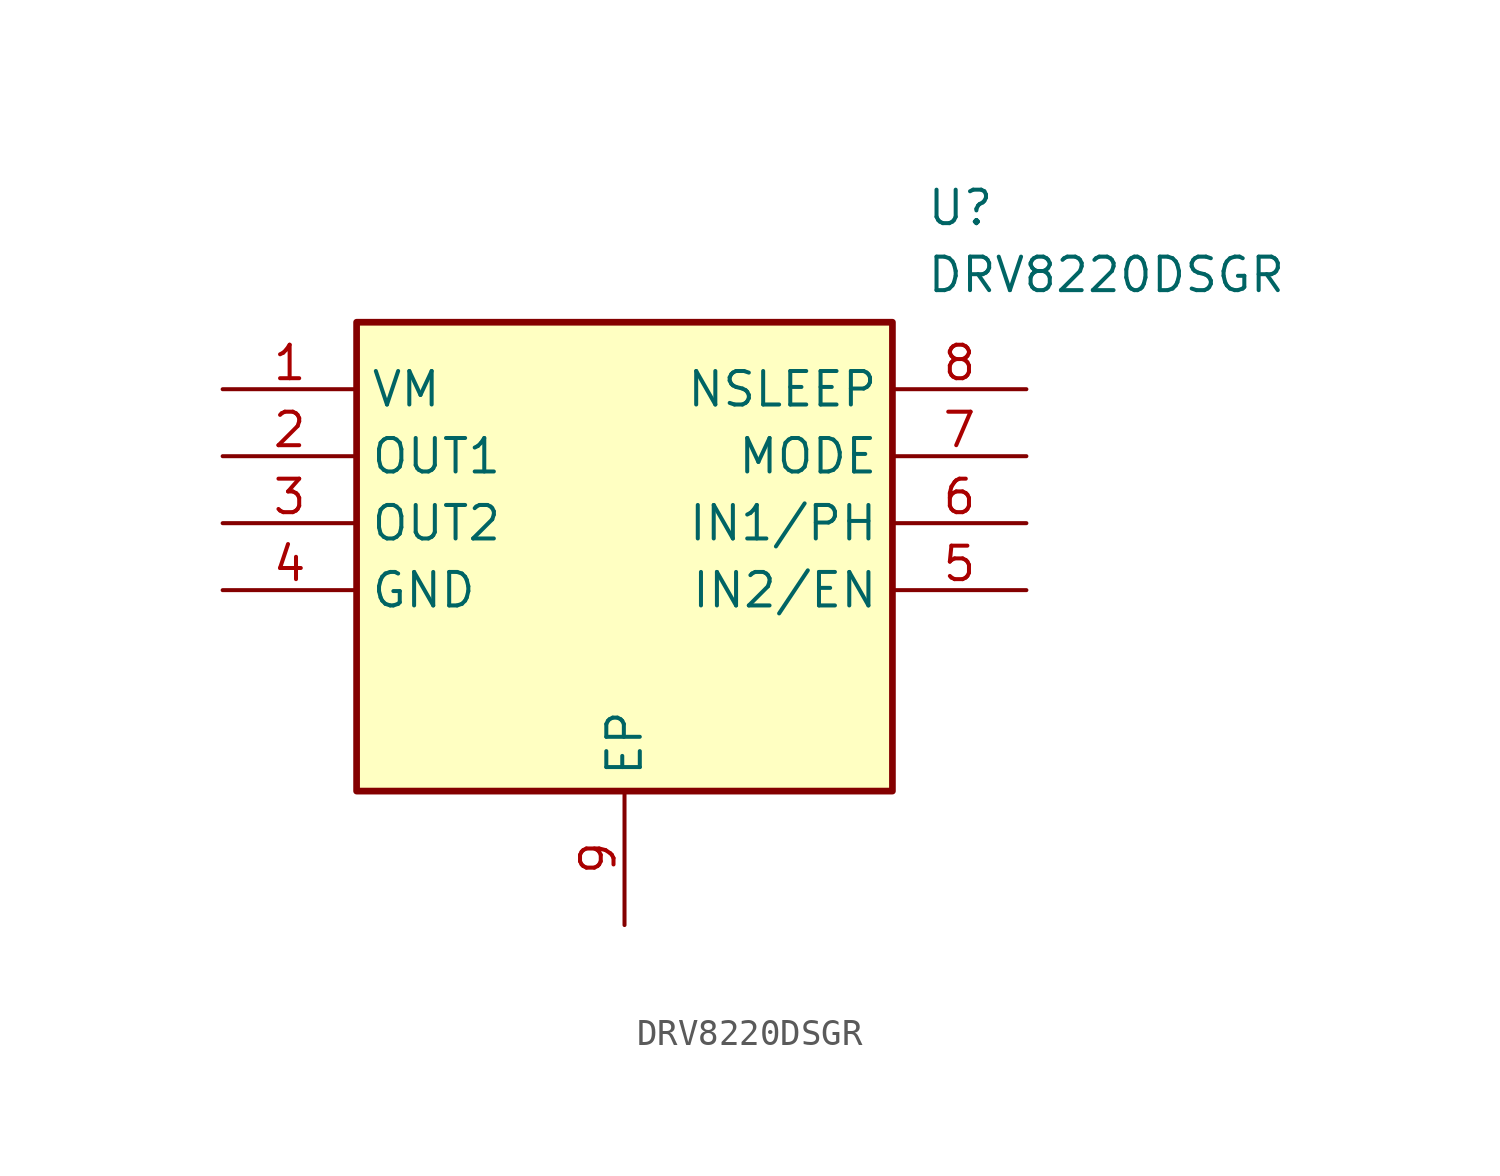
<source format=kicad_sym>
(kicad_symbol_lib
  (version 20220914)
  (generator kicad_symbol_editor)
  (symbol "DRV8220DSGR"
    (property "Reference" "U"
      (at 26.67 7.62 0)
      (effects (font (size 1.27 1.27)) (justify left top)))
    (property "Value" "DRV8220DSGR"
      (at 26.67 5.08 0)
      (effects (font (size 1.27 1.27)) (justify left top)))
    (symbol "DRV8220DSGR_1_1"
      (rectangle (start 5.08 2.54) (end 25.4 -15.24) (stroke (width 0.254) (type default)) (fill (type background)))
      (pin passive line (at 0 0 0) (length 5.08) (name "VM" (effects (font (size 1.27 1.27)))) (number "1" (effects (font (size 1.27 1.27)))))
      (pin passive line (at 0 -2.54 0) (length 5.08) (name "OUT1" (effects (font (size 1.27 1.27)))) (number "2" (effects (font (size 1.27 1.27)))))
      (pin passive line (at 0 -5.08 0) (length 5.08) (name "OUT2" (effects (font (size 1.27 1.27)))) (number "3" (effects (font (size 1.27 1.27)))))
      (pin passive line (at 0 -7.62 0) (length 5.08) (name "GND" (effects (font (size 1.27 1.27)))) (number "4" (effects (font (size 1.27 1.27)))))
      (pin passive line (at 30.48 -7.62 180) (length 5.08) (name "IN2/EN" (effects (font (size 1.27 1.27)))) (number "5" (effects (font (size 1.27 1.27)))))
      (pin passive line (at 30.48 -5.08 180) (length 5.08) (name "IN1/PH" (effects (font (size 1.27 1.27)))) (number "6" (effects (font (size 1.27 1.27)))))
      (pin passive line (at 30.48 -2.54 180) (length 5.08) (name "MODE" (effects (font (size 1.27 1.27)))) (number "7" (effects (font (size 1.27 1.27)))))
      (pin passive line (at 30.48 0 180) (length 5.08) (name "NSLEEP" (effects (font (size 1.27 1.27)))) (number "8" (effects (font (size 1.27 1.27)))))
      (pin passive line (at 15.24 -20.32 90) (length 5.08) (name "EP" (effects (font (size 1.27 1.27)))) (number "9" (effects (font (size 1.27 1.27))))))))
</source>
